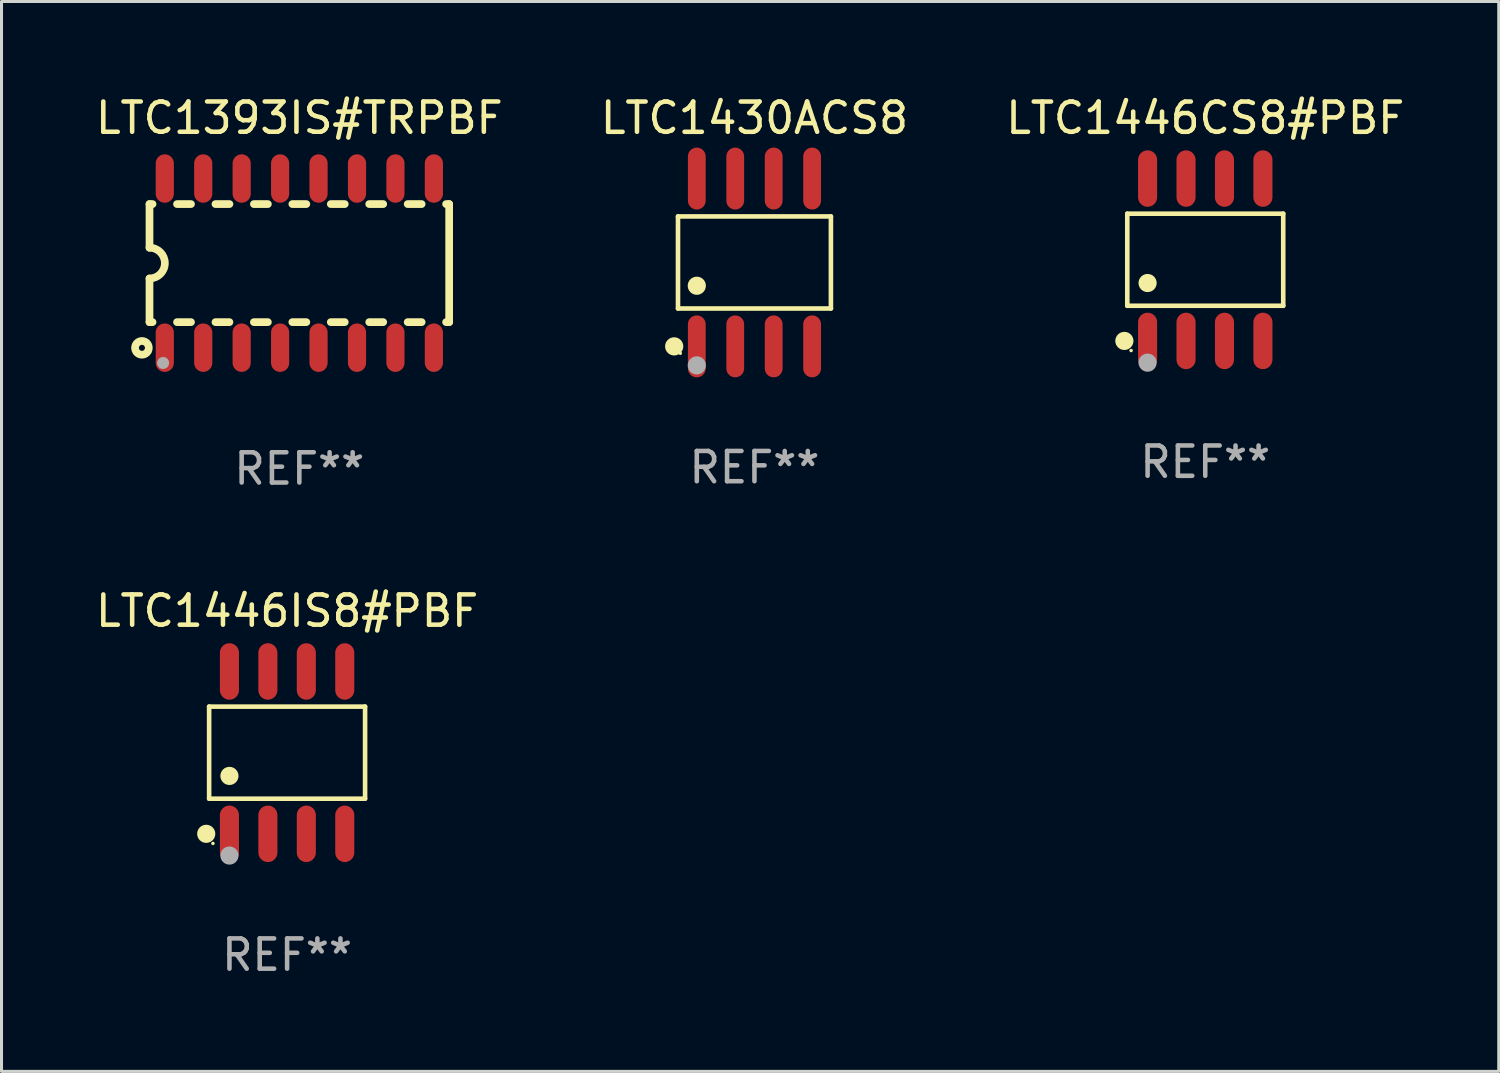
<source format=kicad_pcb>
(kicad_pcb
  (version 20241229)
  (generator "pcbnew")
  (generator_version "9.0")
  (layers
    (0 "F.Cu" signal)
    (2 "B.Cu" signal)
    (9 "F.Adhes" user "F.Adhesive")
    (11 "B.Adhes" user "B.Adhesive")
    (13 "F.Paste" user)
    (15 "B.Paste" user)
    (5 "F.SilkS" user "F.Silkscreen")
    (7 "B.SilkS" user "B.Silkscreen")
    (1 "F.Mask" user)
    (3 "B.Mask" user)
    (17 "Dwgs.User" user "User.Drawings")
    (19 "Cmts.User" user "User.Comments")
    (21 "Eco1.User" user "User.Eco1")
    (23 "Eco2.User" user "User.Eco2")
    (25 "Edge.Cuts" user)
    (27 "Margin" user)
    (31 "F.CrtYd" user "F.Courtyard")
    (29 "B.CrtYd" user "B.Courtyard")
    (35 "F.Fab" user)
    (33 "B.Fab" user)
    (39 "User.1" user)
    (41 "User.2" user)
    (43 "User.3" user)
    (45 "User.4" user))
  (footprint "LTC1446CS8#PBF"
    (layer "F.Cu")
    (at 36.768 5.531)
    (property "Reference" "LTC1446CS8#PBF" (at 0 -4.682 0) (layer "F.SilkS") (effects (font (size 1 1) (thickness 0.15))))
    (attr through_hole)
    (fp_line (start -2.576 -1.521) (end 2.576 -1.521) (stroke (width 0.152) (type solid)) (layer "F.SilkS"))
    (fp_line (start -2.576 1.521) (end -2.576 -1.521) (stroke (width 0.152) (type solid)) (layer "F.SilkS"))
    (fp_line (start 2.576 -1.521) (end 2.576 1.521) (stroke (width 0.152) (type solid)) (layer "F.SilkS"))
    (fp_line (start 2.576 1.521) (end -2.576 1.521) (stroke (width 0.152) (type solid)) (layer "F.SilkS"))
    (fp_circle (center -2.672 2.682) (end -2.522 2.682) (stroke (width 0.3) (type solid)) (fill no) (layer "F.SilkS"))
    (fp_circle (center -2.45 3) (end -2.42 3) (stroke (width 0.06) (type solid)) (fill no) (layer "F.SilkS"))
    (fp_circle (center -1.905 0.769) (end -1.755 0.769) (stroke (width 0.3) (type solid)) (fill no) (layer "F.SilkS"))
    (fp_circle (center -1.905 3.4) (end -1.755 3.4) (stroke (width 0.3) (type solid)) (fill no) (layer "F.Fab"))
    (fp_text user "REF**" (at 0 6.682 0) (layer "F.Fab") (effects (font (size 1 1) (thickness 0.15))))
    (pad "1" smd oval (at -1.905 2.682) (size 0.63 1.865) (layers "F.Cu" "F.Mask" "F.Paste"))
    (pad "2" smd oval (at -0.635 2.682) (size 0.63 1.865) (layers "F.Cu" "F.Mask" "F.Paste"))
    (pad "3" smd oval (at 0.635 2.682) (size 0.63 1.865) (layers "F.Cu" "F.Mask" "F.Paste"))
    (pad "4" smd oval (at 1.905 2.682) (size 0.63 1.865) (layers "F.Cu" "F.Mask" "F.Paste"))
    (pad "5" smd oval (at 1.905 -2.682) (size 0.63 1.865) (layers "F.Cu" "F.Mask" "F.Paste"))
    (pad "6" smd oval (at 0.635 -2.682) (size 0.63 1.865) (layers "F.Cu" "F.Mask" "F.Paste"))
    (pad "7" smd oval (at -0.635 -2.682) (size 0.63 1.865) (layers "F.Cu" "F.Mask" "F.Paste"))
    (pad "8" smd oval (at -1.905 -2.682) (size 0.63 1.865) (layers "F.Cu" "F.Mask" "F.Paste")))
  (footprint "LTC1446IS8#PBF"
    (layer "F.Cu")
    (at 6.435 21.815)
    (property "Reference" "LTC1446IS8#PBF" (at 0 -4.682 0) (layer "F.SilkS") (effects (font (size 1 1) (thickness 0.15))))
    (attr through_hole)
    (fp_line (start -2.576 -1.521) (end 2.576 -1.521) (stroke (width 0.152) (type solid)) (layer "F.SilkS"))
    (fp_line (start -2.576 1.521) (end -2.576 -1.521) (stroke (width 0.152) (type solid)) (layer "F.SilkS"))
    (fp_line (start 2.576 -1.521) (end 2.576 1.521) (stroke (width 0.152) (type solid)) (layer "F.SilkS"))
    (fp_line (start 2.576 1.521) (end -2.576 1.521) (stroke (width 0.152) (type solid)) (layer "F.SilkS"))
    (fp_circle (center -2.672 2.682) (end -2.522 2.682) (stroke (width 0.3) (type solid)) (fill no) (layer "F.SilkS"))
    (fp_circle (center -2.45 3) (end -2.42 3) (stroke (width 0.06) (type solid)) (fill no) (layer "F.SilkS"))
    (fp_circle (center -1.905 0.769) (end -1.755 0.769) (stroke (width 0.3) (type solid)) (fill no) (layer "F.SilkS"))
    (fp_circle (center -1.905 3.4) (end -1.755 3.4) (stroke (width 0.3) (type solid)) (fill no) (layer "F.Fab"))
    (fp_text user "REF**" (at 0 6.682 0) (layer "F.Fab") (effects (font (size 1 1) (thickness 0.15))))
    (pad "1" smd oval (at -1.905 2.682) (size 0.63 1.865) (layers "F.Cu" "F.Mask" "F.Paste"))
    (pad "2" smd oval (at -0.635 2.682) (size 0.63 1.865) (layers "F.Cu" "F.Mask" "F.Paste"))
    (pad "3" smd oval (at 0.635 2.682) (size 0.63 1.865) (layers "F.Cu" "F.Mask" "F.Paste"))
    (pad "4" smd oval (at 1.905 2.682) (size 0.63 1.865) (layers "F.Cu" "F.Mask" "F.Paste"))
    (pad "5" smd oval (at 1.905 -2.682) (size 0.63 1.865) (layers "F.Cu" "F.Mask" "F.Paste"))
    (pad "6" smd oval (at 0.635 -2.682) (size 0.63 1.865) (layers "F.Cu" "F.Mask" "F.Paste"))
    (pad "7" smd oval (at -0.635 -2.682) (size 0.63 1.865) (layers "F.Cu" "F.Mask" "F.Paste"))
    (pad "8" smd oval (at -1.905 -2.682) (size 0.63 1.865) (layers "F.Cu" "F.Mask" "F.Paste")))
  (footprint "LTC1393IS#TRPBF"
    (layer "F.Cu")
    (at 6.839 5.642)
    (property "Reference" "LTC1393IS#TRPBF" (at 0 -4.794 0) (layer "F.SilkS") (effects (font (size 1 1) (thickness 0.15))))
    (attr through_hole)
    (fp_line (start -4.95 -1.95) (end -4.95 -0.508) (stroke (width 0.254) (type solid)) (layer "F.SilkS"))
    (fp_line (start -4.95 -1.95) (end -4.849 -1.95) (stroke (width 0.254) (type solid)) (layer "F.SilkS"))
    (fp_line (start -4.95 1.95) (end -4.95 0.508) (stroke (width 0.254) (type solid)) (layer "F.SilkS"))
    (fp_line (start -4.95 1.95) (end -4.849 1.95) (stroke (width 0.254) (type solid)) (layer "F.SilkS"))
    (fp_line (start -4.041 -1.95) (end -3.579 -1.95) (stroke (width 0.254) (type solid)) (layer "F.SilkS"))
    (fp_line (start -4.041 1.95) (end -3.579 1.95) (stroke (width 0.254) (type solid)) (layer "F.SilkS"))
    (fp_line (start -2.771 -1.95) (end -2.309 -1.95) (stroke (width 0.254) (type solid)) (layer "F.SilkS"))
    (fp_line (start -2.771 1.95) (end -2.309 1.95) (stroke (width 0.254) (type solid)) (layer "F.SilkS"))
    (fp_line (start -1.501 -1.95) (end -1.039 -1.95) (stroke (width 0.254) (type solid)) (layer "F.SilkS"))
    (fp_line (start -1.501 1.95) (end -1.039 1.95) (stroke (width 0.254) (type solid)) (layer "F.SilkS"))
    (fp_line (start -0.231 -1.95) (end 0.231 -1.95) (stroke (width 0.254) (type solid)) (layer "F.SilkS"))
    (fp_line (start -0.231 1.95) (end 0.231 1.95) (stroke (width 0.254) (type solid)) (layer "F.SilkS"))
    (fp_line (start 1.039 -1.95) (end 1.501 -1.95) (stroke (width 0.254) (type solid)) (layer "F.SilkS"))
    (fp_line (start 1.039 1.95) (end 1.501 1.95) (stroke (width 0.254) (type solid)) (layer "F.SilkS"))
    (fp_line (start 2.309 -1.95) (end 2.771 -1.95) (stroke (width 0.254) (type solid)) (layer "F.SilkS"))
    (fp_line (start 2.309 1.95) (end 2.771 1.95) (stroke (width 0.254) (type solid)) (layer "F.SilkS"))
    (fp_line (start 3.579 -1.95) (end 4.041 -1.95) (stroke (width 0.254) (type solid)) (layer "F.SilkS"))
    (fp_line (start 3.579 1.95) (end 4.041 1.95) (stroke (width 0.254) (type solid)) (layer "F.SilkS"))
    (fp_line (start 4.849 -1.95) (end 4.95 -1.95) (stroke (width 0.254) (type solid)) (layer "F.SilkS"))
    (fp_line (start 4.849 1.95) (end 4.95 1.95) (stroke (width 0.254) (type solid)) (layer "F.SilkS"))
    (fp_line (start 4.95 -1.95) (end 4.95 1.95) (stroke (width 0.254) (type solid)) (layer "F.SilkS"))
    (fp_arc (start -4.95047 -0.508001) (mid -4.442469 -0.000228) (end -4.950013 0.508001) (stroke (width 0.254001) (type solid)) (layer "F.SilkS"))
    (fp_circle (center -5.2 2.8) (end -5.1 2.8) (stroke (width 0.254) (type solid)) (fill no) (layer "F.SilkS"))
    (fp_circle (center -4.95 2.947) (end -4.92 2.947) (stroke (width 0.06) (type solid)) (fill no) (layer "F.SilkS"))
    (fp_circle (center -4.5 3.3) (end -4.4 3.3) (stroke (width 0.2) (type solid)) (fill no) (layer "F.Fab"))
    (fp_text user "REF**" (at 0 6.794 0) (layer "F.Fab") (effects (font (size 1 1) (thickness 0.15))))
    (pad "1" smd oval (at -4.445 2.794) (size 0.6 1.6) (layers "F.Cu" "F.Mask" "F.Paste"))
    (pad "2" smd oval (at -3.175 2.794) (size 0.6 1.6) (layers "F.Cu" "F.Mask" "F.Paste"))
    (pad "3" smd oval (at -1.905 2.794) (size 0.6 1.6) (layers "F.Cu" "F.Mask" "F.Paste"))
    (pad "4" smd oval (at -0.635 2.794) (size 0.6 1.6) (layers "F.Cu" "F.Mask" "F.Paste"))
    (pad "5" smd oval (at 0.635 2.794) (size 0.6 1.6) (layers "F.Cu" "F.Mask" "F.Paste"))
    (pad "6" smd oval (at 1.905 2.794) (size 0.6 1.6) (layers "F.Cu" "F.Mask" "F.Paste"))
    (pad "7" smd oval (at 3.175 2.794) (size 0.6 1.6) (layers "F.Cu" "F.Mask" "F.Paste"))
    (pad "8" smd oval (at 4.445 2.794) (size 0.6 1.6) (layers "F.Cu" "F.Mask" "F.Paste"))
    (pad "9" smd oval (at 4.445 -2.794) (size 0.6 1.6) (layers "F.Cu" "F.Mask" "F.Paste"))
    (pad "10" smd oval (at 3.175 -2.794) (size 0.6 1.6) (layers "F.Cu" "F.Mask" "F.Paste"))
    (pad "11" smd oval (at 1.905 -2.794) (size 0.6 1.6) (layers "F.Cu" "F.Mask" "F.Paste"))
    (pad "12" smd oval (at 0.635 -2.794) (size 0.6 1.6) (layers "F.Cu" "F.Mask" "F.Paste"))
    (pad "13" smd oval (at -0.635 -2.794) (size 0.6 1.6) (layers "F.Cu" "F.Mask" "F.Paste"))
    (pad "14" smd oval (at -1.905 -2.794) (size 0.6 1.6) (layers "F.Cu" "F.Mask" "F.Paste"))
    (pad "15" smd oval (at -3.175 -2.794) (size 0.6 1.6) (layers "F.Cu" "F.Mask" "F.Paste"))
    (pad "16" smd oval (at -4.445 -2.794) (size 0.6 1.6) (layers "F.Cu" "F.Mask" "F.Paste")))
  (footprint "LTC1430ACS8"
    (layer "F.Cu")
    (at 21.875 5.621)
    (property "Reference" "LTC1430ACS8" (at 0 -4.772 0) (layer "F.SilkS") (effects (font (size 1 1) (thickness 0.15))))
    (attr through_hole)
    (fp_line (start -2.526 -1.521) (end 2.526 -1.521) (stroke (width 0.152) (type solid)) (layer "F.SilkS"))
    (fp_line (start -2.526 1.521) (end -2.526 -1.521) (stroke (width 0.152) (type solid)) (layer "F.SilkS"))
    (fp_line (start 2.526 -1.521) (end 2.526 1.521) (stroke (width 0.152) (type solid)) (layer "F.SilkS"))
    (fp_line (start 2.526 1.521) (end -2.526 1.521) (stroke (width 0.152) (type solid)) (layer "F.SilkS"))
    (fp_circle (center -2.652 2.772) (end -2.501 2.772) (stroke (width 0.3) (type solid)) (fill no) (layer "F.SilkS"))
    (fp_circle (center -2.45 3) (end -2.42 3) (stroke (width 0.06) (type solid)) (fill no) (layer "F.SilkS"))
    (fp_circle (center -1.905 0.769) (end -1.755 0.769) (stroke (width 0.3) (type solid)) (fill no) (layer "F.SilkS"))
    (fp_circle (center -1.905 3.4) (end -1.755 3.4) (stroke (width 0.3) (type solid)) (fill no) (layer "F.Fab"))
    (fp_text user "REF**" (at 0 6.772 0) (layer "F.Fab") (effects (font (size 1 1) (thickness 0.15))))
    (pad "1" smd oval (at -1.905 2.772) (size 0.588 2.045) (layers "F.Cu" "F.Mask" "F.Paste"))
    (pad "2" smd oval (at -0.635 2.772) (size 0.588 2.045) (layers "F.Cu" "F.Mask" "F.Paste"))
    (pad "3" smd oval (at 0.635 2.772) (size 0.588 2.045) (layers "F.Cu" "F.Mask" "F.Paste"))
    (pad "4" smd oval (at 1.905 2.772) (size 0.588 2.045) (layers "F.Cu" "F.Mask" "F.Paste"))
    (pad "5" smd oval (at 1.905 -2.772) (size 0.588 2.045) (layers "F.Cu" "F.Mask" "F.Paste"))
    (pad "6" smd oval (at 0.635 -2.772) (size 0.588 2.045) (layers "F.Cu" "F.Mask" "F.Paste"))
    (pad "7" smd oval (at -0.635 -2.772) (size 0.588 2.045) (layers "F.Cu" "F.Mask" "F.Paste"))
    (pad "8" smd oval (at -1.905 -2.772) (size 0.588 2.045) (layers "F.Cu" "F.Mask" "F.Paste")))
  (gr_rect
    (start -3 -3)
    (end 46.464 32.346)
    (stroke (width 0.1) (type default))
    (fill no)
    (layer "Edge.Cuts")))
</source>
